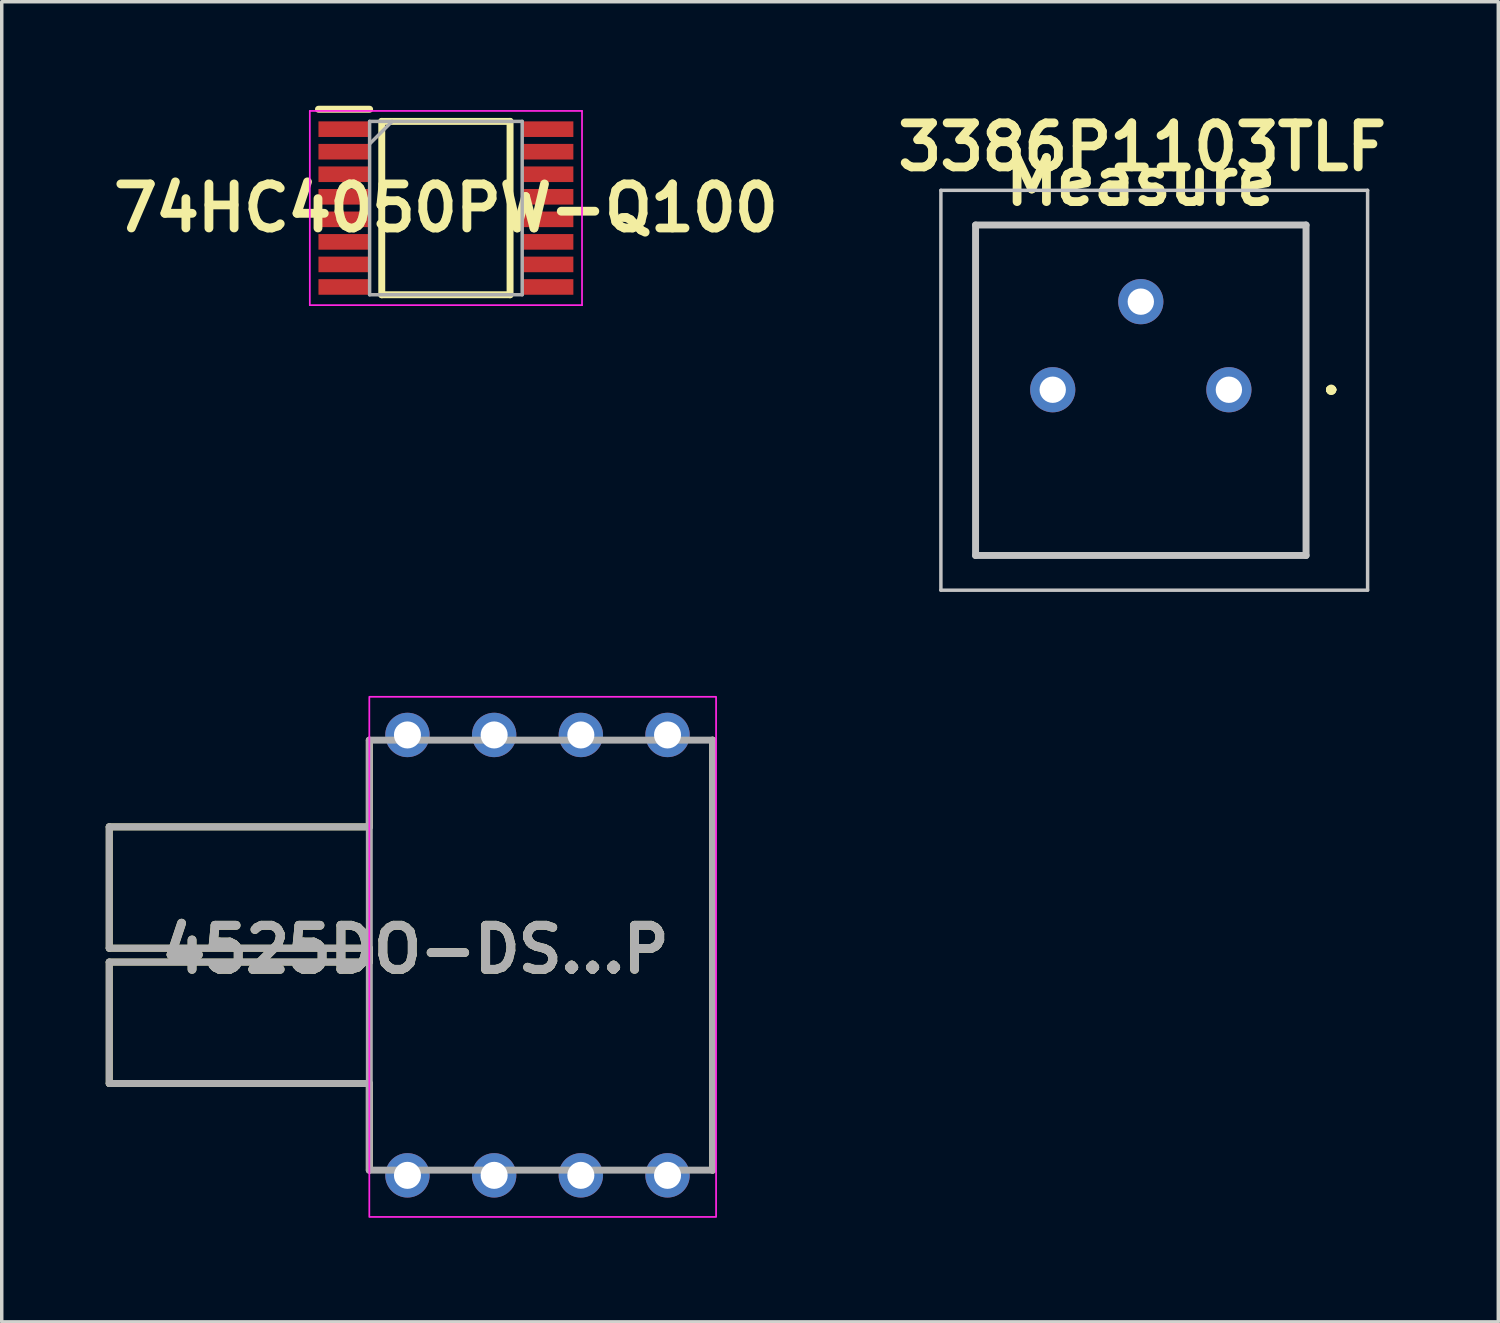
<source format=kicad_pcb>
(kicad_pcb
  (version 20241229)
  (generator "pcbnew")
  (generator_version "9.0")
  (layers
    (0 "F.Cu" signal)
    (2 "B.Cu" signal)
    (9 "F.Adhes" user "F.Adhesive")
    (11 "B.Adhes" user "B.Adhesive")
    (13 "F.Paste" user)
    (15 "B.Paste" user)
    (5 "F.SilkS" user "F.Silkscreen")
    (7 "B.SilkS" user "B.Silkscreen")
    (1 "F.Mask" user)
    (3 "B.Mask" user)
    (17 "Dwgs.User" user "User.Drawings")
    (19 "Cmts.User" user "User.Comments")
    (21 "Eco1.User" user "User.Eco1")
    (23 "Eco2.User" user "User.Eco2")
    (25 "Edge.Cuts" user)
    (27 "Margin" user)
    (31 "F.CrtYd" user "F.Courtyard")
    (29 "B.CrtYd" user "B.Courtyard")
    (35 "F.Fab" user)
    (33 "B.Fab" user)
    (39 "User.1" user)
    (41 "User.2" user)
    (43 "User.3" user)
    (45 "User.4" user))
  (footprint "74HC4050PW-Q100"
    (layer "F.Cu")
    (at 9.809 2.95)
    (property "Reference" "74HC4050PW-Q100" (at 0 0 0) (layer "F.SilkS") (effects (font (size 1.27 1.27) (thickness 0.254))))
    (attr smd)
    (fp_line (start -3.675 -2.85) (end -2.2 -2.85) (stroke (width 0.2) (type solid)) (layer "F.SilkS"))
    (fp_line (start -1.85 -2.5) (end 1.85 -2.5) (stroke (width 0.2) (type solid)) (layer "F.SilkS"))
    (fp_line (start -1.85 2.5) (end -1.85 -2.5) (stroke (width 0.2) (type solid)) (layer "F.SilkS"))
    (fp_line (start 1.85 -2.5) (end 1.85 2.5) (stroke (width 0.2) (type solid)) (layer "F.SilkS"))
    (fp_line (start 1.85 2.5) (end -1.85 2.5) (stroke (width 0.2) (type solid)) (layer "F.SilkS"))
    (fp_line (start -3.925 -2.8) (end 3.925 -2.8) (stroke (width 0.05) (type solid)) (layer "F.CrtYd"))
    (fp_line (start -3.925 2.8) (end -3.925 -2.8) (stroke (width 0.05) (type solid)) (layer "F.CrtYd"))
    (fp_line (start 3.925 -2.8) (end 3.925 2.8) (stroke (width 0.05) (type solid)) (layer "F.CrtYd"))
    (fp_line (start 3.925 2.8) (end -3.925 2.8) (stroke (width 0.05) (type solid)) (layer "F.CrtYd"))
    (fp_line (start -2.2 -2.5) (end 2.2 -2.5) (stroke (width 0.1) (type solid)) (layer "F.Fab"))
    (fp_line (start -2.2 -1.85) (end -1.55 -2.5) (stroke (width 0.1) (type solid)) (layer "F.Fab"))
    (fp_line (start -2.2 2.5) (end -2.2 -2.5) (stroke (width 0.1) (type solid)) (layer "F.Fab"))
    (fp_line (start 2.2 -2.5) (end 2.2 2.5) (stroke (width 0.1) (type solid)) (layer "F.Fab"))
    (fp_line (start 2.2 2.5) (end -2.2 2.5) (stroke (width 0.1) (type solid)) (layer "F.Fab"))
    (pad "1" smd rect (at -2.938 -2.275 90) (size 0.45 1.475) (layers "F.Cu" "F.Mask" "F.Paste"))
    (pad "2" smd rect (at -2.938 -1.625 90) (size 0.45 1.475) (layers "F.Cu" "F.Mask" "F.Paste"))
    (pad "3" smd rect (at -2.938 -0.975 90) (size 0.45 1.475) (layers "F.Cu" "F.Mask" "F.Paste"))
    (pad "4" smd rect (at -2.938 -0.325 90) (size 0.45 1.475) (layers "F.Cu" "F.Mask" "F.Paste"))
    (pad "5" smd rect (at -2.938 0.325 90) (size 0.45 1.475) (layers "F.Cu" "F.Mask" "F.Paste"))
    (pad "6" smd rect (at -2.938 0.975 90) (size 0.45 1.475) (layers "F.Cu" "F.Mask" "F.Paste"))
    (pad "7" smd rect (at -2.938 1.625 90) (size 0.45 1.475) (layers "F.Cu" "F.Mask" "F.Paste"))
    (pad "8" smd rect (at -2.938 2.275 90) (size 0.45 1.475) (layers "F.Cu" "F.Mask" "F.Paste"))
    (pad "9" smd rect (at 2.938 2.275 90) (size 0.45 1.475) (layers "F.Cu" "F.Mask" "F.Paste"))
    (pad "10" smd rect (at 2.938 1.625 90) (size 0.45 1.475) (layers "F.Cu" "F.Mask" "F.Paste"))
    (pad "11" smd rect (at 2.938 0.975 90) (size 0.45 1.475) (layers "F.Cu" "F.Mask" "F.Paste"))
    (pad "12" smd rect (at 2.938 0.325 90) (size 0.45 1.475) (layers "F.Cu" "F.Mask" "F.Paste"))
    (pad "13" smd rect (at 2.938 -0.325 90) (size 0.45 1.475) (layers "F.Cu" "F.Mask" "F.Paste"))
    (pad "14" smd rect (at 2.938 -0.975 90) (size 0.45 1.475) (layers "F.Cu" "F.Mask" "F.Paste"))
    (pad "15" smd rect (at 2.938 -1.625 90) (size 0.45 1.475) (layers "F.Cu" "F.Mask" "F.Paste"))
    (pad "16" smd rect (at 2.938 -2.275 90) (size 0.45 1.475) (layers "F.Cu" "F.Mask" "F.Paste")))
  (footprint "4525DO-DS...P"
    (layer "F.Cu")
    (at 7.6 22.544)
    (property "Reference" "4525DO-DS...P" (at 1.329 1.785 0) (layer "F.SilkS") (effects (font (size 1.27 1.27) (thickness 0.254))))
    (attr through_hole)
    (fp_line (start -7.5 -1.75) (end -7.5 1.75) (stroke (width 0.2) (type solid)) (layer "F.SilkS"))
    (fp_line (start -7.5 1.75) (end 0 1.75) (stroke (width 0.2) (type solid)) (layer "F.SilkS"))
    (fp_line (start -7.5 2.15) (end -7.5 5.65) (stroke (width 0.2) (type solid)) (layer "F.SilkS"))
    (fp_line (start -7.5 5.65) (end 0 5.65) (stroke (width 0.2) (type solid)) (layer "F.SilkS"))
    (fp_line (start 0 -4.25) (end 0 -1.75) (stroke (width 0.2) (type solid)) (layer "F.SilkS"))
    (fp_line (start 0 -1.75) (end -7.5 -1.75) (stroke (width 0.2) (type solid)) (layer "F.SilkS"))
    (fp_line (start 0 1.75) (end 0 2.15) (stroke (width 0.2) (type solid)) (layer "F.SilkS"))
    (fp_line (start 0 2.15) (end -7.5 2.15) (stroke (width 0.2) (type solid)) (layer "F.SilkS"))
    (fp_line (start 0 5.65) (end 0 8.15) (stroke (width 0.2) (type solid)) (layer "F.SilkS"))
    (fp_line (start 9.9 -4.25) (end 9.9 8.15) (stroke (width 0.2) (type solid)) (layer "F.SilkS"))
    (fp_rect (start 0 -5.5) (end 10 9.5) (stroke (width 0.05) (type default)) (fill no) (layer "F.CrtYd"))
    (fp_line (start -7.5 -1.75) (end -7.5 1.75) (stroke (width 0.2) (type solid)) (layer "F.Fab"))
    (fp_line (start -7.5 1.75) (end 0 1.75) (stroke (width 0.2) (type solid)) (layer "F.Fab"))
    (fp_line (start -7.5 2.15) (end -7.5 5.65) (stroke (width 0.2) (type solid)) (layer "F.Fab"))
    (fp_line (start -7.5 5.65) (end 0 5.65) (stroke (width 0.2) (type solid)) (layer "F.Fab"))
    (fp_line (start 0 -4.25) (end 9.9 -4.25) (stroke (width 0.2) (type solid)) (layer "F.Fab"))
    (fp_line (start 0 -1.75) (end -7.5 -1.75) (stroke (width 0.2) (type solid)) (layer "F.Fab"))
    (fp_line (start 0 2.15) (end -7.5 2.15) (stroke (width 0.2) (type solid)) (layer "F.Fab"))
    (fp_line (start 0 8.15) (end 0 -4.25) (stroke (width 0.2) (type solid)) (layer "F.Fab"))
    (fp_line (start 9.9 -4.25) (end 9.9 8.15) (stroke (width 0.2) (type solid)) (layer "F.Fab"))
    (fp_line (start 9.9 8.15) (end 0 8.15) (stroke (width 0.2) (type solid)) (layer "F.Fab"))
    (fp_text user "${REFERENCE}" (at 1.329 1.785 0) (layer "F.Fab") (effects (font (size 1.27 1.27) (thickness 0.254))))
    (pad "1" thru_hole circle (at 1.1 8.3) (size 1.28 1.28) (drill 0.78) (layers "*.Cu" "*.Mask"))
    (pad "2" thru_hole circle (at 3.6 8.3) (size 1.28 1.28) (drill 0.78) (layers "*.Cu" "*.Mask"))
    (pad "3" thru_hole circle (at 6.1 8.3) (size 1.28 1.28) (drill 0.78) (layers "*.Cu" "*.Mask"))
    (pad "4" thru_hole circle (at 8.6 8.3) (size 1.28 1.28) (drill 0.78) (layers "*.Cu" "*.Mask"))
    (pad "5" thru_hole circle (at 8.6 -4.4) (size 1.28 1.28) (drill 0.78) (layers "*.Cu" "*.Mask"))
    (pad "6" thru_hole circle (at 6.1 -4.4) (size 1.28 1.28) (drill 0.78) (layers "*.Cu" "*.Mask"))
    (pad "7" thru_hole circle (at 3.6 -4.4) (size 1.28 1.28) (drill 0.78) (layers "*.Cu" "*.Mask"))
    (pad "8" thru_hole circle (at 1.1 -4.4) (size 1.28 1.28) (drill 0.78) (layers "*.Cu" "*.Mask")))
  (footprint "3386P1103TLF"
    (layer "F.Cu")
    (at 32.388 8.189)
    (property "Reference" "3386P1103TLF" (at -2.5 -7 0) (layer "F.SilkS") (effects (font (size 1.27 1.27) (thickness 0.254))))
    (property "Measure" "Measure" (at -2.54 -6 0) (layer "F.SilkS") (effects (font (size 1.27 1.27) (thickness 0.254))))
    (attr through_hole exclude_from_pos_files)
    (fp_line (start 2.9 0) (end 2.9 0) (stroke (width 0.2) (type solid)) (layer "F.SilkS"))
    (fp_line (start 2.9 0) (end 2.9 0) (stroke (width 0.2) (type solid)) (layer "F.SilkS"))
    (fp_line (start 3 0) (end 3 0) (stroke (width 0.2) (type solid)) (layer "F.SilkS"))
    (fp_arc (start 2.9 0) (mid 2.95 -0.05) (end 3 0) (stroke (width 0.2) (type solid)) (layer "F.SilkS"))
    (fp_arc (start 3 0) (mid 2.95 0.05) (end 2.9 0) (stroke (width 0.2) (type solid)) (layer "F.SilkS"))
    (fp_arc (start 3 0) (mid 2.95 0.05) (end 2.9 0) (stroke (width 0.2) (type solid)) (layer "F.SilkS"))
    (fp_line (start -8.305 -5.75) (end -8.305 5.78) (stroke (width 0.1) (type solid)) (layer "Dwgs.User"))
    (fp_line (start -8.305 5.78) (end 4 5.78) (stroke (width 0.1) (type solid)) (layer "Dwgs.User"))
    (fp_line (start -7.305 -4.75) (end 2.225 -4.75) (stroke (width 0.2) (type solid)) (layer "Dwgs.User"))
    (fp_line (start -7.305 4.78) (end -7.305 -4.75) (stroke (width 0.2) (type solid)) (layer "Dwgs.User"))
    (fp_line (start 2.225 -4.75) (end 2.225 4.78) (stroke (width 0.2) (type solid)) (layer "Dwgs.User"))
    (fp_line (start 2.225 4.78) (end -7.305 4.78) (stroke (width 0.2) (type solid)) (layer "Dwgs.User"))
    (fp_line (start 4 -5.75) (end -8.305 -5.75) (stroke (width 0.1) (type solid)) (layer "Dwgs.User"))
    (fp_line (start 4 5.78) (end 4 -5.75) (stroke (width 0.1) (type solid)) (layer "Dwgs.User"))
    (fp_line (start -7.305 -4.75) (end -7.305 4.78) (stroke (width 0.1) (type solid)) (layer "F.CrtYd"))
    (fp_line (start -7.305 4.78) (end 2.225 4.78) (stroke (width 0.1) (type solid)) (layer "F.CrtYd"))
    (fp_line (start 2.225 -4.75) (end -7.305 -4.75) (stroke (width 0.1) (type solid)) (layer "F.CrtYd"))
    (fp_line (start 2.225 4.78) (end 2.225 -4.75) (stroke (width 0.1) (type solid)) (layer "F.CrtYd"))
    (pad "1" thru_hole circle (at 0 0 90) (size 1.303 1.303) (drill 0.76) (layers "*.Cu" "*.Mask"))
    (pad "2" thru_hole circle (at -2.54 -2.54 90) (size 1.303 1.303) (drill 0.76) (layers "*.Cu" "*.Mask"))
    (pad "3" thru_hole circle (at -5.08 0 90) (size 1.303 1.303) (drill 0.76) (layers "*.Cu" "*.Mask")))
  (gr_rect
    (start -3 -3)
    (end 40.157 35.069)
    (stroke (width 0.1) (type default))
    (fill no)
    (layer "Edge.Cuts")))
</source>
